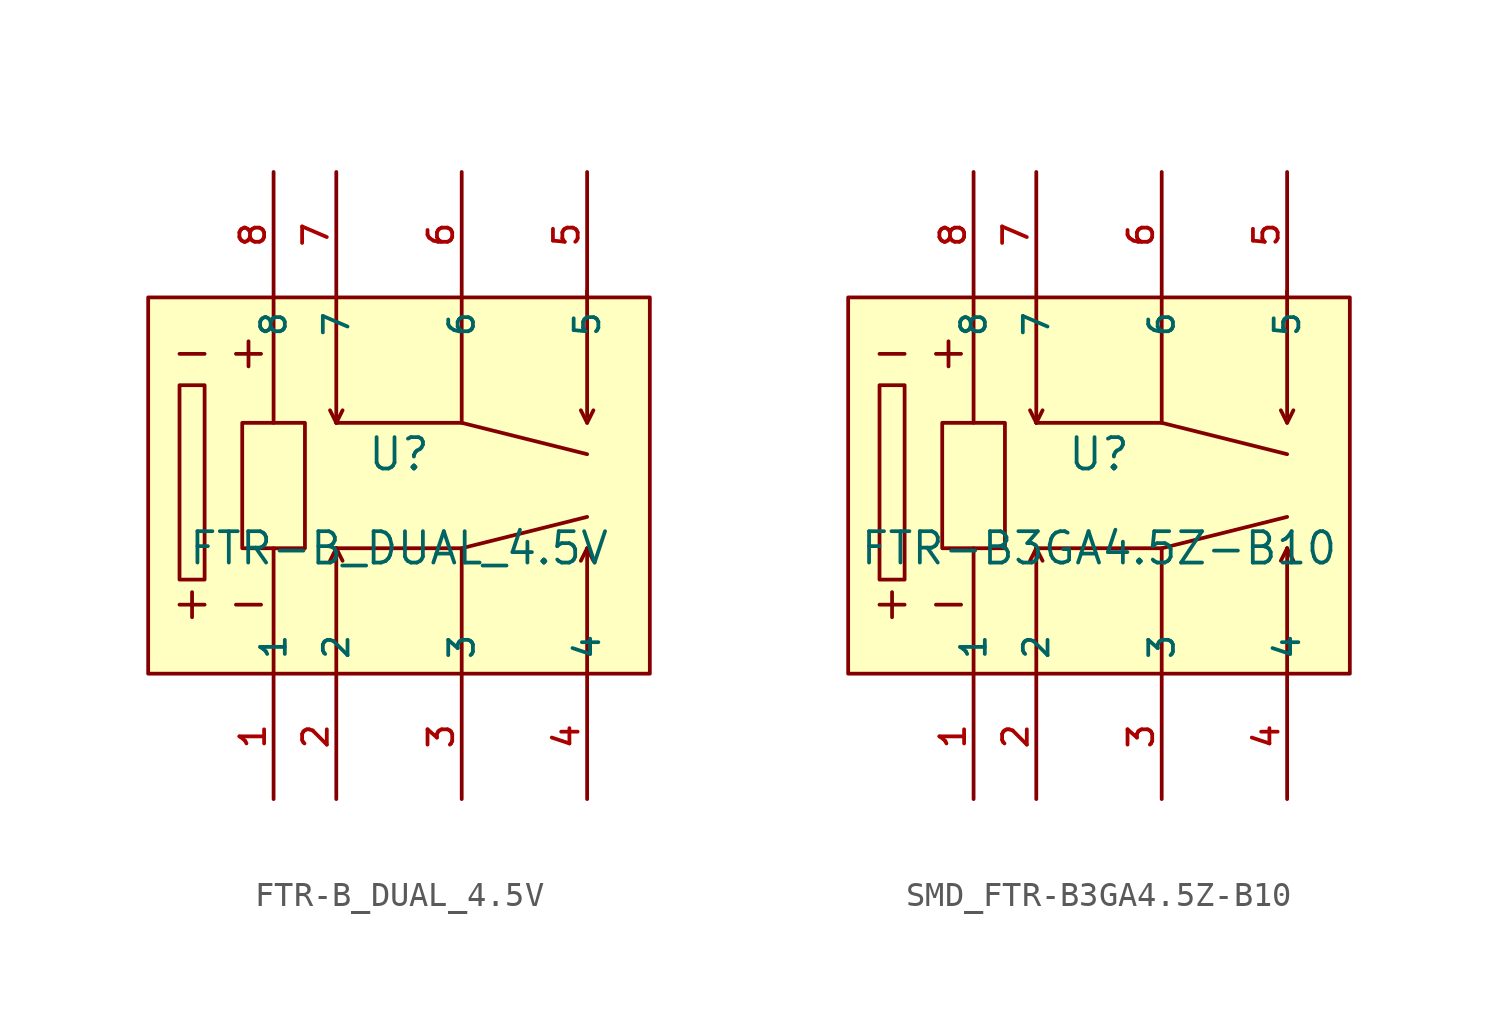
<source format=kicad_sym>
(kicad_symbol_lib
  (version 20231120)
  (generator "kicad_symbol_editor")
  (generator_version "8.0")
  (symbol "FTR-B_DUAL_4.5V"
    (property "Reference" "U"
      (at 0 1.27 0)
      (effects (font (size 1.27 1.27))))
    (property "Value" "FTR-B_DUAL_4.5V"
      (at 0 -2.54 0)
      (effects (font (size 1.27 1.27))))
    (symbol "FTR-B_DUAL_4.5V_0_1"
      (rectangle (start -10.16 7.62) (end 10.16 -7.62) (stroke (width 0) (type default)) (fill (type background)))
      (rectangle (start -8.89 4.064) (end -7.874 -3.81) (stroke (width 0) (type default)) (fill (type background)))
      (rectangle (start -6.35 2.54) (end -3.81 -2.54) (stroke (width 0) (type default)) (fill (type background)))
      (polyline (pts (xy -8.89 -4.826) (xy -7.874 -4.826)) (stroke (width 0) (type default)) (fill (type none)))
      (polyline (pts (xy -8.89 5.334) (xy -7.874 5.334)) (stroke (width 0) (type default)) (fill (type none)))
      (polyline (pts (xy -8.382 -4.318) (xy -8.382 -5.334)) (stroke (width 0) (type default)) (fill (type none)))
      (polyline (pts (xy -6.604 -4.826) (xy -5.588 -4.826)) (stroke (width 0) (type default)) (fill (type none)))
      (polyline (pts (xy -6.604 5.334) (xy -5.588 5.334)) (stroke (width 0) (type default)) (fill (type none)))
      (polyline (pts (xy -6.096 5.842) (xy -6.096 4.826)) (stroke (width 0) (type default)) (fill (type none)))
      (polyline (pts (xy -5.08 -7.62) (xy -5.08 -2.54)) (stroke (width 0) (type default)) (fill (type none)))
      (polyline (pts (xy -5.08 2.54) (xy -5.08 7.62)) (stroke (width 0) (type default)) (fill (type none)))
      (polyline (pts (xy -2.54 -7.62) (xy -2.54 -2.54)) (stroke (width 0) (type default)) (fill (type none)))
      (polyline (pts (xy -2.54 -2.54) (xy -2.794 -3.048)) (stroke (width 0) (type default)) (fill (type none)))
      (polyline (pts (xy -2.54 -2.54) (xy -2.286 -3.048)) (stroke (width 0) (type default)) (fill (type none)))
      (polyline (pts (xy -2.54 2.54) (xy -2.794 3.048)) (stroke (width 0) (type default)) (fill (type none)))
      (polyline (pts (xy -2.54 2.54) (xy -2.54 7.62)) (stroke (width 0) (type default)) (fill (type none)))
      (polyline (pts (xy -2.54 2.54) (xy -2.286 3.048)) (stroke (width 0) (type default)) (fill (type none)))
      (polyline (pts (xy 2.54 -7.62) (xy 2.54 -2.54)) (stroke (width 0) (type default)) (fill (type none)))
      (polyline (pts (xy 2.54 2.54) (xy 2.54 7.62)) (stroke (width 0) (type default)) (fill (type none)))
      (polyline (pts (xy 7.62 -7.62) (xy 7.62 -2.54)) (stroke (width 0) (type default)) (fill (type none)))
      (polyline (pts (xy 7.62 -2.54) (xy 7.366 -3.048)) (stroke (width 0) (type default)) (fill (type none)))
      (polyline (pts (xy 7.62 -2.54) (xy 7.874 -3.048)) (stroke (width 0) (type default)) (fill (type none)))
      (polyline (pts (xy 7.62 2.54) (xy 7.366 3.048)) (stroke (width 0) (type default)) (fill (type none)))
      (polyline (pts (xy 7.62 2.54) (xy 7.874 3.048)) (stroke (width 0) (type default)) (fill (type none)))
      (polyline (pts (xy 7.62 2.794) (xy 7.62 7.874)) (stroke (width 0) (type default)) (fill (type none)))
      (polyline (pts (xy -2.54 -2.54) (xy 2.54 -2.54) (xy 7.62 -1.27)) (stroke (width 0) (type default)) (fill (type none)))
      (polyline (pts (xy -2.54 2.54) (xy 2.54 2.54) (xy 7.62 1.27)) (stroke (width 0) (type default)) (fill (type none)))
      (pin unspecified line (at -5.08 -12.7 90) (length 5.08) (name "1" (effects (font (size 1 1)))) (number "1" (effects (font (size 1 1)))))
      (pin unspecified line (at -2.54 -12.7 90) (length 5.08) (name "2" (effects (font (size 1 1)))) (number "2" (effects (font (size 1 1)))))
      (pin unspecified line (at 2.54 -12.7 90) (length 5.08) (name "3" (effects (font (size 1 1)))) (number "3" (effects (font (size 1 1)))))
      (pin unspecified line (at 7.62 -12.7 90) (length 5.08) (name "4" (effects (font (size 1 1)))) (number "4" (effects (font (size 1 1)))))
      (pin unspecified line (at 7.62 12.7 270) (length 5.08) (name "5" (effects (font (size 1 1)))) (number "5" (effects (font (size 1 1)))))
      (pin unspecified line (at 2.54 12.7 270) (length 5.08) (name "6" (effects (font (size 1 1)))) (number "6" (effects (font (size 1 1)))))
      (pin unspecified line (at -2.54 12.7 270) (length 5.08) (name "7" (effects (font (size 1 1)))) (number "7" (effects (font (size 1 1)))))
      (pin unspecified line (at -5.08 12.7 270) (length 5.08) (name "8" (effects (font (size 1 1)))) (number "8" (effects (font (size 1 1)))))))
  (symbol "SMD_FTR-B3GA4.5Z-B10"
    (property "Reference" "U"
      (at 0 1.27 0)
      (effects (font (size 1.27 1.27))))
    (property "Value" "FTR-B3GA4.5Z-B10"
      (at 0 -2.54 0)
      (effects (font (size 1.27 1.27))))
    (symbol "SMD_FTR-B3GA4.5Z-B10_0_1"
      (rectangle (start -10.16 7.62) (end 10.16 -7.62) (stroke (width 0) (type default)) (fill (type background)))
      (rectangle (start -8.89 4.064) (end -7.874 -3.81) (stroke (width 0) (type default)) (fill (type background)))
      (rectangle (start -6.35 2.54) (end -3.81 -2.54) (stroke (width 0) (type default)) (fill (type background)))
      (polyline (pts (xy -8.89 -4.826) (xy -7.874 -4.826)) (stroke (width 0) (type default)) (fill (type none)))
      (polyline (pts (xy -8.89 5.334) (xy -7.874 5.334)) (stroke (width 0) (type default)) (fill (type none)))
      (polyline (pts (xy -8.382 -4.318) (xy -8.382 -5.334)) (stroke (width 0) (type default)) (fill (type none)))
      (polyline (pts (xy -6.604 -4.826) (xy -5.588 -4.826)) (stroke (width 0) (type default)) (fill (type none)))
      (polyline (pts (xy -6.604 5.334) (xy -5.588 5.334)) (stroke (width 0) (type default)) (fill (type none)))
      (polyline (pts (xy -6.096 5.842) (xy -6.096 4.826)) (stroke (width 0) (type default)) (fill (type none)))
      (polyline (pts (xy -5.08 -7.62) (xy -5.08 -2.54)) (stroke (width 0) (type default)) (fill (type none)))
      (polyline (pts (xy -5.08 2.54) (xy -5.08 7.62)) (stroke (width 0) (type default)) (fill (type none)))
      (polyline (pts (xy -2.54 -7.62) (xy -2.54 -2.54)) (stroke (width 0) (type default)) (fill (type none)))
      (polyline (pts (xy -2.54 -2.54) (xy -2.794 -3.048)) (stroke (width 0) (type default)) (fill (type none)))
      (polyline (pts (xy -2.54 -2.54) (xy -2.286 -3.048)) (stroke (width 0) (type default)) (fill (type none)))
      (polyline (pts (xy -2.54 2.54) (xy -2.794 3.048)) (stroke (width 0) (type default)) (fill (type none)))
      (polyline (pts (xy -2.54 2.54) (xy -2.54 7.62)) (stroke (width 0) (type default)) (fill (type none)))
      (polyline (pts (xy -2.54 2.54) (xy -2.286 3.048)) (stroke (width 0) (type default)) (fill (type none)))
      (polyline (pts (xy 2.54 -7.62) (xy 2.54 -2.54)) (stroke (width 0) (type default)) (fill (type none)))
      (polyline (pts (xy 2.54 2.54) (xy 2.54 7.62)) (stroke (width 0) (type default)) (fill (type none)))
      (polyline (pts (xy 7.62 -7.62) (xy 7.62 -2.54)) (stroke (width 0) (type default)) (fill (type none)))
      (polyline (pts (xy 7.62 -2.54) (xy 7.366 -3.048)) (stroke (width 0) (type default)) (fill (type none)))
      (polyline (pts (xy 7.62 -2.54) (xy 7.874 -3.048)) (stroke (width 0) (type default)) (fill (type none)))
      (polyline (pts (xy 7.62 2.54) (xy 7.366 3.048)) (stroke (width 0) (type default)) (fill (type none)))
      (polyline (pts (xy 7.62 2.54) (xy 7.874 3.048)) (stroke (width 0) (type default)) (fill (type none)))
      (polyline (pts (xy 7.62 2.794) (xy 7.62 7.874)) (stroke (width 0) (type default)) (fill (type none)))
      (polyline (pts (xy -2.54 -2.54) (xy 2.54 -2.54) (xy 7.62 -1.27)) (stroke (width 0) (type default)) (fill (type none)))
      (polyline (pts (xy -2.54 2.54) (xy 2.54 2.54) (xy 7.62 1.27)) (stroke (width 0) (type default)) (fill (type none)))
      (pin unspecified line (at -5.08 -12.7 90) (length 5.08) (name "1" (effects (font (size 1 1)))) (number "1" (effects (font (size 1 1)))))
      (pin unspecified line (at -2.54 -12.7 90) (length 5.08) (name "2" (effects (font (size 1 1)))) (number "2" (effects (font (size 1 1)))))
      (pin unspecified line (at 2.54 -12.7 90) (length 5.08) (name "3" (effects (font (size 1 1)))) (number "3" (effects (font (size 1 1)))))
      (pin unspecified line (at 7.62 -12.7 90) (length 5.08) (name "4" (effects (font (size 1 1)))) (number "4" (effects (font (size 1 1)))))
      (pin unspecified line (at 7.62 12.7 270) (length 5.08) (name "5" (effects (font (size 1 1)))) (number "5" (effects (font (size 1 1)))))
      (pin unspecified line (at 2.54 12.7 270) (length 5.08) (name "6" (effects (font (size 1 1)))) (number "6" (effects (font (size 1 1)))))
      (pin unspecified line (at -2.54 12.7 270) (length 5.08) (name "7" (effects (font (size 1 1)))) (number "7" (effects (font (size 1 1)))))
      (pin unspecified line (at -5.08 12.7 270) (length 5.08) (name "8" (effects (font (size 1 1)))) (number "8" (effects (font (size 1 1))))))))
</source>
